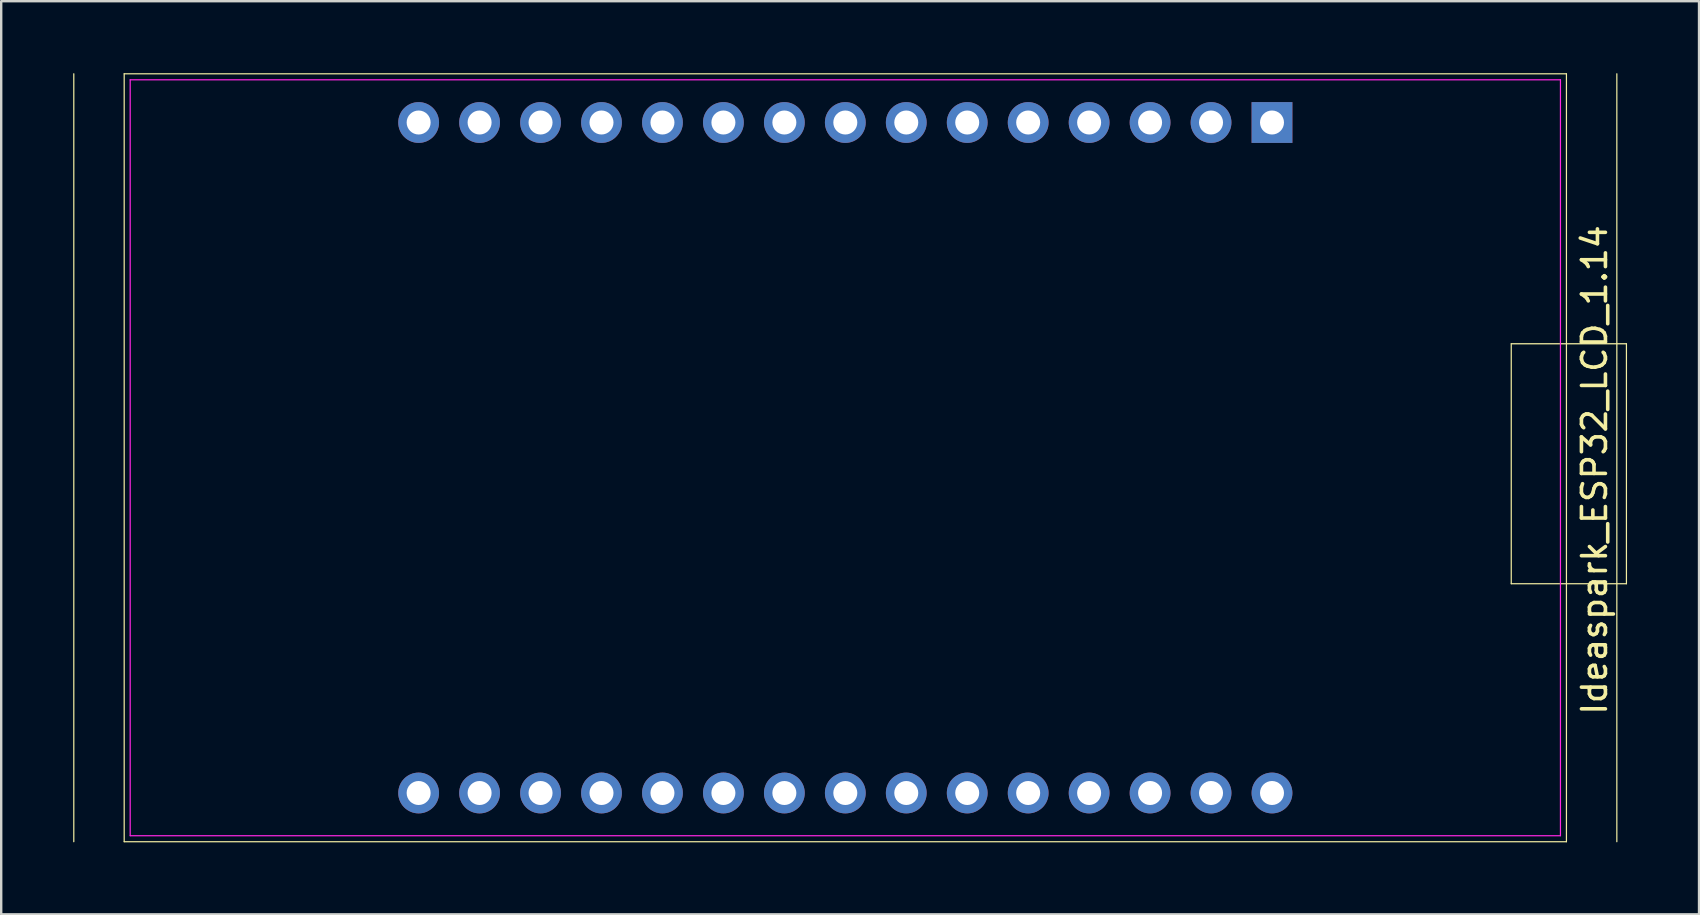
<source format=kicad_pcb>
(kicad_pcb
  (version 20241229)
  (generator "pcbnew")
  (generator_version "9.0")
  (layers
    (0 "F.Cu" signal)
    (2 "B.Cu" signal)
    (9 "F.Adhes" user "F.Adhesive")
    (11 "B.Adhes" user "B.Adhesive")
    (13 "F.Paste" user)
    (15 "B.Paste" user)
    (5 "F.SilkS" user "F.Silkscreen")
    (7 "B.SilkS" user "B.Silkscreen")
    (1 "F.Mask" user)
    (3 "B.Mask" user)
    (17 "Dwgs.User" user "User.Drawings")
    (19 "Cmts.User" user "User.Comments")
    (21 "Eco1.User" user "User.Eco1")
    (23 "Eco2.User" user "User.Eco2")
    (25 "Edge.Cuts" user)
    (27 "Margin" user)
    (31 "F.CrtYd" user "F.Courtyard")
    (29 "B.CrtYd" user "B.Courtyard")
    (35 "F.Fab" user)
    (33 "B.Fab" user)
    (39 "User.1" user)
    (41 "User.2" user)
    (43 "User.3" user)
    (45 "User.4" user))
  (footprint "Ideaspark_ESP32_LCD_1.14"
    (layer "F.Cu")
    (at 14.395 29.995)
    (property "Reference" "Ideaspark_ESP32_LCD_1.14" (at 49 -13.46 270) (layer "F.SilkS") (effects (font (size 1 1) (thickness 0.15))))
    (attr through_hole)
    (fp_line (start -14.37 -29.97) (end -14.37 2.03) (stroke (width 0.05) (type default)) (layer "F.SilkS"))
    (fp_line (start -12.27 -29.97) (end -12.27 2.03) (stroke (width 0.05) (type default)) (layer "F.SilkS"))
    (fp_line (start -12.27 -29.97) (end 47.83 -29.97) (stroke (width 0.05) (type default)) (layer "F.SilkS"))
    (fp_line (start 45.53 -18.72) (end 50.33 -18.72) (stroke (width 0.05) (type default)) (layer "F.SilkS"))
    (fp_line (start 45.53 -8.72) (end 45.53 -18.72) (stroke (width 0.05) (type default)) (layer "F.SilkS"))
    (fp_line (start 45.53 -8.72) (end 50.33 -8.72) (stroke (width 0.05) (type default)) (layer "F.SilkS"))
    (fp_line (start 47.83 -29.97) (end 47.83 2.03) (stroke (width 0.05) (type default)) (layer "F.SilkS"))
    (fp_line (start 47.83 2.03) (end -12.27 2.03) (stroke (width 0.05) (type default)) (layer "F.SilkS"))
    (fp_line (start 49.93 -29.97) (end 49.93 2.03) (stroke (width 0.05) (type default)) (layer "F.SilkS"))
    (fp_line (start 50.33 -18.72) (end 50.33 -8.72) (stroke (width 0.05) (type default)) (layer "F.SilkS"))
    (fp_line (start -12.02 -29.72) (end 47.58 -29.72) (stroke (width 0.05) (type default)) (layer "F.CrtYd"))
    (fp_line (start -12.02 1.78) (end -12.02 -29.72) (stroke (width 0.05) (type default)) (layer "F.CrtYd"))
    (fp_line (start 47.58 1.78) (end -12.02 1.78) (stroke (width 0.05) (type default)) (layer "F.CrtYd"))
    (fp_line (start 47.58 1.78) (end 47.58 -29.72) (stroke (width 0.05) (type default)) (layer "F.CrtYd"))
    (pad "1" thru_hole rect (at 35.56 -27.94 180) (size 1.7 1.7) (drill 1) (layers "*.Cu" "*.Mask"))
    (pad "2" thru_hole circle (at 33.02 -27.94 180) (size 1.7 1.7) (drill 1) (layers "*.Cu" "*.Mask"))
    (pad "3" thru_hole circle (at 30.48 -27.94 180) (size 1.7 1.7) (drill 1) (layers "*.Cu" "*.Mask"))
    (pad "4" thru_hole circle (at 27.94 -27.94 180) (size 1.7 1.7) (drill 1) (layers "*.Cu" "*.Mask"))
    (pad "5" thru_hole circle (at 25.4 -27.94 180) (size 1.7 1.7) (drill 1) (layers "*.Cu" "*.Mask"))
    (pad "6" thru_hole circle (at 22.86 -27.94 180) (size 1.7 1.7) (drill 1) (layers "*.Cu" "*.Mask"))
    (pad "7" thru_hole circle (at 20.32 -27.94 180) (size 1.7 1.7) (drill 1) (layers "*.Cu" "*.Mask"))
    (pad "8" thru_hole circle (at 17.78 -27.94 180) (size 1.7 1.7) (drill 1) (layers "*.Cu" "*.Mask"))
    (pad "9" thru_hole circle (at 15.24 -27.94 180) (size 1.7 1.7) (drill 1) (layers "*.Cu" "*.Mask"))
    (pad "10" thru_hole circle (at 12.7 -27.94 180) (size 1.7 1.7) (drill 1) (layers "*.Cu" "*.Mask"))
    (pad "11" thru_hole circle (at 10.16 -27.94 180) (size 1.7 1.7) (drill 1) (layers "*.Cu" "*.Mask"))
    (pad "12" thru_hole circle (at 7.62 -27.94 180) (size 1.7 1.7) (drill 1) (layers "*.Cu" "*.Mask"))
    (pad "13" thru_hole circle (at 5.08 -27.94 180) (size 1.7 1.7) (drill 1) (layers "*.Cu" "*.Mask"))
    (pad "14" thru_hole circle (at 2.54 -27.94 180) (size 1.7 1.7) (drill 1) (layers "*.Cu" "*.Mask"))
    (pad "15" thru_hole circle (at 0 -27.94 180) (size 1.7 1.7) (drill 1) (layers "*.Cu" "*.Mask"))
    (pad "16" thru_hole circle (at 0 0 180) (size 1.7 1.7) (drill 1) (layers "*.Cu" "*.Mask"))
    (pad "17" thru_hole circle (at 2.54 0 180) (size 1.7 1.7) (drill 1) (layers "*.Cu" "*.Mask"))
    (pad "18" thru_hole circle (at 5.08 0 180) (size 1.7 1.7) (drill 1) (layers "*.Cu" "*.Mask"))
    (pad "19" thru_hole circle (at 7.62 0 180) (size 1.7 1.7) (drill 1) (layers "*.Cu" "*.Mask"))
    (pad "20" thru_hole circle (at 10.16 0 180) (size 1.7 1.7) (drill 1) (layers "*.Cu" "*.Mask"))
    (pad "21" thru_hole circle (at 12.7 0 180) (size 1.7 1.7) (drill 1) (layers "*.Cu" "*.Mask"))
    (pad "22" thru_hole circle (at 15.24 0 180) (size 1.7 1.7) (drill 1) (layers "*.Cu" "*.Mask"))
    (pad "23" thru_hole circle (at 17.78 0 180) (size 1.7 1.7) (drill 1) (layers "*.Cu" "*.Mask"))
    (pad "24" thru_hole circle (at 20.32 0 180) (size 1.7 1.7) (drill 1) (layers "*.Cu" "*.Mask"))
    (pad "25" thru_hole circle (at 22.86 0 180) (size 1.7 1.7) (drill 1) (layers "*.Cu" "*.Mask"))
    (pad "26" thru_hole circle (at 25.4 0 180) (size 1.7 1.7) (drill 1) (layers "*.Cu" "*.Mask"))
    (pad "27" thru_hole circle (at 27.94 0 180) (size 1.7 1.7) (drill 1) (layers "*.Cu" "*.Mask"))
    (pad "28" thru_hole circle (at 30.48 0 180) (size 1.7 1.7) (drill 1) (layers "*.Cu" "*.Mask"))
    (pad "29" thru_hole circle (at 33.02 0 180) (size 1.7 1.7) (drill 1) (layers "*.Cu" "*.Mask"))
    (pad "30" thru_hole circle (at 35.56 0 180) (size 1.7 1.7) (drill 1) (layers "*.Cu" "*.Mask")))
  (gr_rect
    (start -3 -3)
    (end 67.75 35.05)
    (stroke (width 0.1) (type default))
    (fill no)
    (layer "Edge.Cuts")))
</source>
